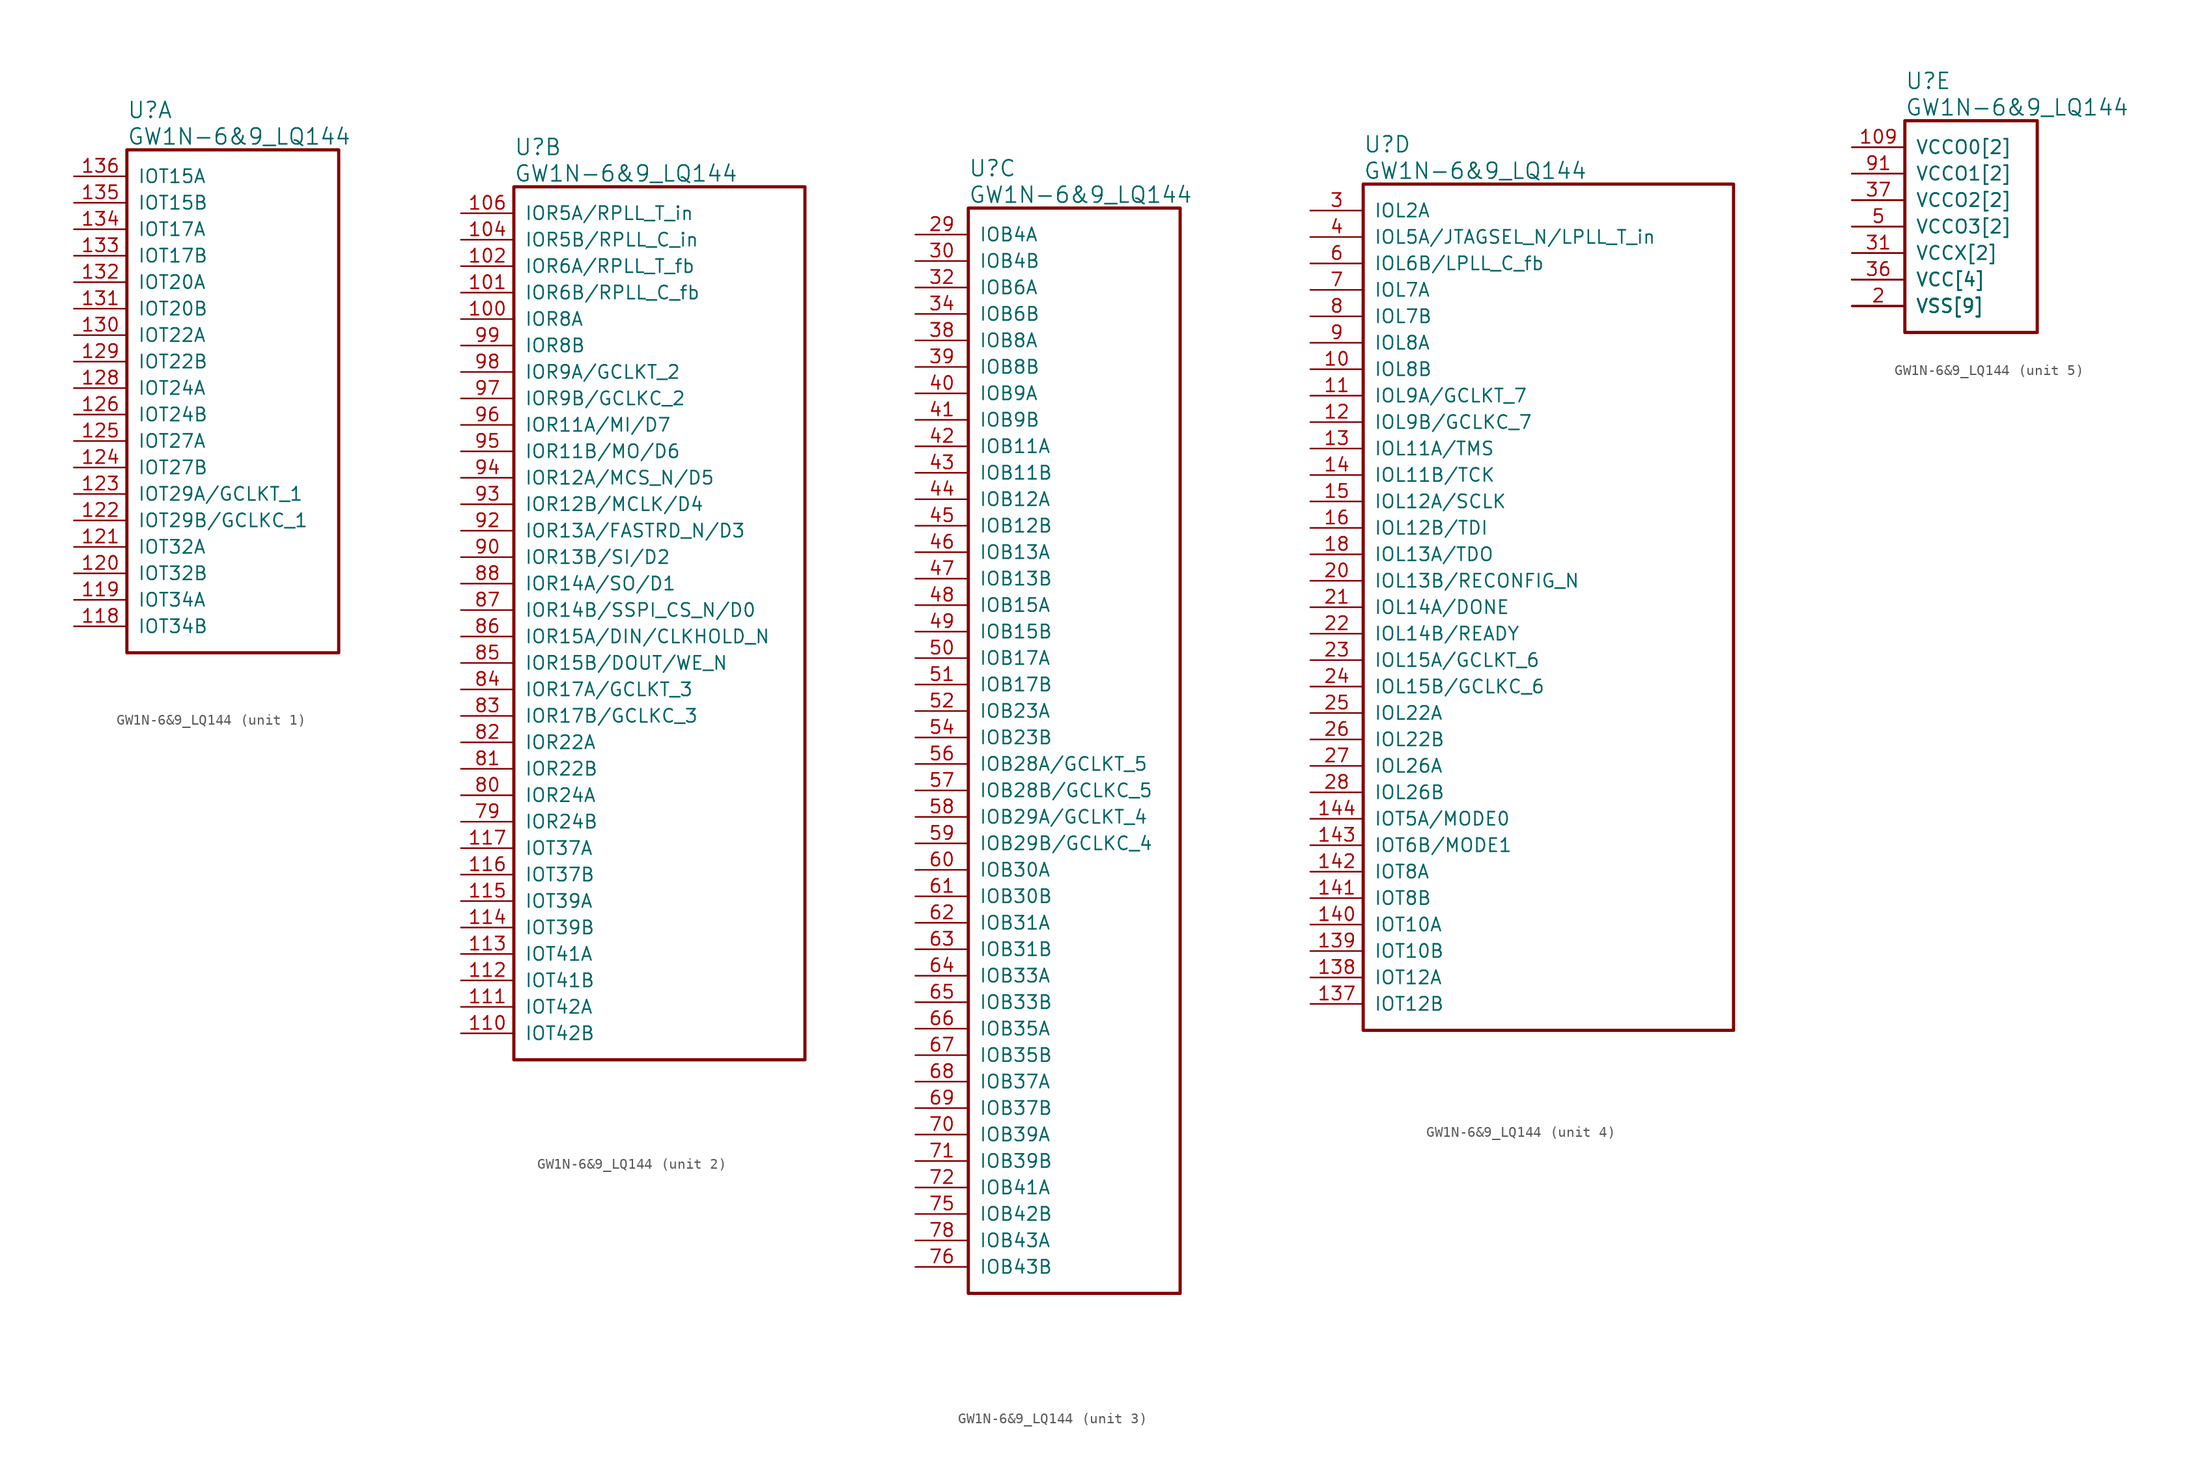
<source format=kicad_sym>
(kicad_symbol_lib
  (version 20241209)
  (generator "kicad_symbol_editor")
  (generator_version "9.0")
  (symbol "GW1N-6&9_LQ144"
    (pin_names
      (offset 1.016))
    (property "Reference" "U"
      (at 5.08 6.35 0)
      (effects (font (size 1.524 1.524)) (justify left)))
    (property "Value" "GW1N-6&9_LQ144"
      (at 5.08 3.81 0)
      (effects (font (size 1.524 1.524)) (justify left)))
    (property "ki_locked" ""
      (at 0 0 0)
      (effects (font (size 1.27 1.27))))
    (symbol "GW1N-6&9_LQ144_1_1"
      (rectangle (start 5.08 2.54) (end 25.4 -45.72) (stroke (width 0.305) (type solid)) (fill (type none)))
      (pin bidirectional line (at 0 0 0) (length 5.08) (name "IOT15A" (effects (font (size 1.27 1.27)))) (number "136" (effects (font (size 1.27 1.27)))))
      (pin bidirectional line (at 0 -2.54 0) (length 5.08) (name "IOT15B" (effects (font (size 1.27 1.27)))) (number "135" (effects (font (size 1.27 1.27)))))
      (pin bidirectional line (at 0 -5.08 0) (length 5.08) (name "IOT17A" (effects (font (size 1.27 1.27)))) (number "134" (effects (font (size 1.27 1.27)))))
      (pin bidirectional line (at 0 -7.62 0) (length 5.08) (name "IOT17B" (effects (font (size 1.27 1.27)))) (number "133" (effects (font (size 1.27 1.27)))))
      (pin bidirectional line (at 0 -10.16 0) (length 5.08) (name "IOT20A" (effects (font (size 1.27 1.27)))) (number "132" (effects (font (size 1.27 1.27)))))
      (pin bidirectional line (at 0 -12.7 0) (length 5.08) (name "IOT20B" (effects (font (size 1.27 1.27)))) (number "131" (effects (font (size 1.27 1.27)))))
      (pin bidirectional line (at 0 -15.24 0) (length 5.08) (name "IOT22A" (effects (font (size 1.27 1.27)))) (number "130" (effects (font (size 1.27 1.27)))))
      (pin bidirectional line (at 0 -17.78 0) (length 5.08) (name "IOT22B" (effects (font (size 1.27 1.27)))) (number "129" (effects (font (size 1.27 1.27)))))
      (pin bidirectional line (at 0 -20.32 0) (length 5.08) (name "IOT24A" (effects (font (size 1.27 1.27)))) (number "128" (effects (font (size 1.27 1.27)))))
      (pin bidirectional line (at 0 -22.86 0) (length 5.08) (name "IOT24B" (effects (font (size 1.27 1.27)))) (number "126" (effects (font (size 1.27 1.27)))))
      (pin bidirectional line (at 0 -25.4 0) (length 5.08) (name "IOT27A" (effects (font (size 1.27 1.27)))) (number "125" (effects (font (size 1.27 1.27)))))
      (pin bidirectional line (at 0 -27.94 0) (length 5.08) (name "IOT27B" (effects (font (size 1.27 1.27)))) (number "124" (effects (font (size 1.27 1.27)))))
      (pin bidirectional line (at 0 -30.48 0) (length 5.08) (name "IOT29A/GCLKT_1" (effects (font (size 1.27 1.27)))) (number "123" (effects (font (size 1.27 1.27)))))
      (pin bidirectional line (at 0 -33.02 0) (length 5.08) (name "IOT29B/GCLKC_1" (effects (font (size 1.27 1.27)))) (number "122" (effects (font (size 1.27 1.27)))))
      (pin bidirectional line (at 0 -35.56 0) (length 5.08) (name "IOT32A" (effects (font (size 1.27 1.27)))) (number "121" (effects (font (size 1.27 1.27)))))
      (pin bidirectional line (at 0 -38.1 0) (length 5.08) (name "IOT32B" (effects (font (size 1.27 1.27)))) (number "120" (effects (font (size 1.27 1.27)))))
      (pin bidirectional line (at 0 -40.64 0) (length 5.08) (name "IOT34A" (effects (font (size 1.27 1.27)))) (number "119" (effects (font (size 1.27 1.27)))))
      (pin bidirectional line (at 0 -43.18 0) (length 5.08) (name "IOT34B" (effects (font (size 1.27 1.27)))) (number "118" (effects (font (size 1.27 1.27))))))
    (symbol "GW1N-6&9_LQ144_2_1"
      (rectangle (start 5.08 2.54) (end 33.02 -81.28) (stroke (width 0.305) (type solid)) (fill (type none)))
      (pin bidirectional line (at 0 0 0) (length 5.08) (name "IOR5A/RPLL_T_in" (effects (font (size 1.27 1.27)))) (number "106" (effects (font (size 1.27 1.27)))))
      (pin bidirectional line (at 0 -2.54 0) (length 5.08) (name "IOR5B/RPLL_C_in" (effects (font (size 1.27 1.27)))) (number "104" (effects (font (size 1.27 1.27)))))
      (pin bidirectional line (at 0 -5.08 0) (length 5.08) (name "IOR6A/RPLL_T_fb" (effects (font (size 1.27 1.27)))) (number "102" (effects (font (size 1.27 1.27)))))
      (pin bidirectional line (at 0 -7.62 0) (length 5.08) (name "IOR6B/RPLL_C_fb" (effects (font (size 1.27 1.27)))) (number "101" (effects (font (size 1.27 1.27)))))
      (pin bidirectional line (at 0 -10.16 0) (length 5.08) (name "IOR8A" (effects (font (size 1.27 1.27)))) (number "100" (effects (font (size 1.27 1.27)))))
      (pin bidirectional line (at 0 -12.7 0) (length 5.08) (name "IOR8B" (effects (font (size 1.27 1.27)))) (number "99" (effects (font (size 1.27 1.27)))))
      (pin bidirectional line (at 0 -15.24 0) (length 5.08) (name "IOR9A/GCLKT_2" (effects (font (size 1.27 1.27)))) (number "98" (effects (font (size 1.27 1.27)))))
      (pin bidirectional line (at 0 -17.78 0) (length 5.08) (name "IOR9B/GCLKC_2" (effects (font (size 1.27 1.27)))) (number "97" (effects (font (size 1.27 1.27)))))
      (pin bidirectional line (at 0 -20.32 0) (length 5.08) (name "IOR11A/MI/D7" (effects (font (size 1.27 1.27)))) (number "96" (effects (font (size 1.27 1.27)))))
      (pin bidirectional line (at 0 -22.86 0) (length 5.08) (name "IOR11B/MO/D6" (effects (font (size 1.27 1.27)))) (number "95" (effects (font (size 1.27 1.27)))))
      (pin bidirectional line (at 0 -25.4 0) (length 5.08) (name "IOR12A/MCS_N/D5" (effects (font (size 1.27 1.27)))) (number "94" (effects (font (size 1.27 1.27)))))
      (pin bidirectional line (at 0 -27.94 0) (length 5.08) (name "IOR12B/MCLK/D4" (effects (font (size 1.27 1.27)))) (number "93" (effects (font (size 1.27 1.27)))))
      (pin bidirectional line (at 0 -30.48 0) (length 5.08) (name "IOR13A/FASTRD_N/D3" (effects (font (size 1.27 1.27)))) (number "92" (effects (font (size 1.27 1.27)))))
      (pin bidirectional line (at 0 -33.02 0) (length 5.08) (name "IOR13B/SI/D2" (effects (font (size 1.27 1.27)))) (number "90" (effects (font (size 1.27 1.27)))))
      (pin bidirectional line (at 0 -35.56 0) (length 5.08) (name "IOR14A/SO/D1" (effects (font (size 1.27 1.27)))) (number "88" (effects (font (size 1.27 1.27)))))
      (pin bidirectional line (at 0 -38.1 0) (length 5.08) (name "IOR14B/SSPI_CS_N/D0" (effects (font (size 1.27 1.27)))) (number "87" (effects (font (size 1.27 1.27)))))
      (pin bidirectional line (at 0 -40.64 0) (length 5.08) (name "IOR15A/DIN/CLKHOLD_N" (effects (font (size 1.27 1.27)))) (number "86" (effects (font (size 1.27 1.27)))))
      (pin bidirectional line (at 0 -43.18 0) (length 5.08) (name "IOR15B/DOUT/WE_N" (effects (font (size 1.27 1.27)))) (number "85" (effects (font (size 1.27 1.27)))))
      (pin bidirectional line (at 0 -45.72 0) (length 5.08) (name "IOR17A/GCLKT_3" (effects (font (size 1.27 1.27)))) (number "84" (effects (font (size 1.27 1.27)))))
      (pin bidirectional line (at 0 -48.26 0) (length 5.08) (name "IOR17B/GCLKC_3" (effects (font (size 1.27 1.27)))) (number "83" (effects (font (size 1.27 1.27)))))
      (pin bidirectional line (at 0 -50.8 0) (length 5.08) (name "IOR22A" (effects (font (size 1.27 1.27)))) (number "82" (effects (font (size 1.27 1.27)))))
      (pin bidirectional line (at 0 -53.34 0) (length 5.08) (name "IOR22B" (effects (font (size 1.27 1.27)))) (number "81" (effects (font (size 1.27 1.27)))))
      (pin bidirectional line (at 0 -55.88 0) (length 5.08) (name "IOR24A" (effects (font (size 1.27 1.27)))) (number "80" (effects (font (size 1.27 1.27)))))
      (pin bidirectional line (at 0 -58.42 0) (length 5.08) (name "IOR24B" (effects (font (size 1.27 1.27)))) (number "79" (effects (font (size 1.27 1.27)))))
      (pin bidirectional line (at 0 -60.96 0) (length 5.08) (name "IOT37A" (effects (font (size 1.27 1.27)))) (number "117" (effects (font (size 1.27 1.27)))))
      (pin bidirectional line (at 0 -63.5 0) (length 5.08) (name "IOT37B" (effects (font (size 1.27 1.27)))) (number "116" (effects (font (size 1.27 1.27)))))
      (pin bidirectional line (at 0 -66.04 0) (length 5.08) (name "IOT39A" (effects (font (size 1.27 1.27)))) (number "115" (effects (font (size 1.27 1.27)))))
      (pin bidirectional line (at 0 -68.58 0) (length 5.08) (name "IOT39B" (effects (font (size 1.27 1.27)))) (number "114" (effects (font (size 1.27 1.27)))))
      (pin bidirectional line (at 0 -71.12 0) (length 5.08) (name "IOT41A" (effects (font (size 1.27 1.27)))) (number "113" (effects (font (size 1.27 1.27)))))
      (pin bidirectional line (at 0 -73.66 0) (length 5.08) (name "IOT41B" (effects (font (size 1.27 1.27)))) (number "112" (effects (font (size 1.27 1.27)))))
      (pin bidirectional line (at 0 -76.2 0) (length 5.08) (name "IOT42A" (effects (font (size 1.27 1.27)))) (number "111" (effects (font (size 1.27 1.27)))))
      (pin bidirectional line (at 0 -78.74 0) (length 5.08) (name "IOT42B" (effects (font (size 1.27 1.27)))) (number "110" (effects (font (size 1.27 1.27))))))
    (symbol "GW1N-6&9_LQ144_3_1"
      (rectangle (start 5.08 2.54) (end 25.4 -101.6) (stroke (width 0.305) (type solid)) (fill (type none)))
      (pin bidirectional line (at 0 0 0) (length 5.08) (name "IOB4A" (effects (font (size 1.27 1.27)))) (number "29" (effects (font (size 1.27 1.27)))))
      (pin bidirectional line (at 0 -2.54 0) (length 5.08) (name "IOB4B" (effects (font (size 1.27 1.27)))) (number "30" (effects (font (size 1.27 1.27)))))
      (pin bidirectional line (at 0 -5.08 0) (length 5.08) (name "IOB6A" (effects (font (size 1.27 1.27)))) (number "32" (effects (font (size 1.27 1.27)))))
      (pin bidirectional line (at 0 -7.62 0) (length 5.08) (name "IOB6B" (effects (font (size 1.27 1.27)))) (number "34" (effects (font (size 1.27 1.27)))))
      (pin bidirectional line (at 0 -10.16 0) (length 5.08) (name "IOB8A" (effects (font (size 1.27 1.27)))) (number "38" (effects (font (size 1.27 1.27)))))
      (pin bidirectional line (at 0 -12.7 0) (length 5.08) (name "IOB8B" (effects (font (size 1.27 1.27)))) (number "39" (effects (font (size 1.27 1.27)))))
      (pin bidirectional line (at 0 -15.24 0) (length 5.08) (name "IOB9A" (effects (font (size 1.27 1.27)))) (number "40" (effects (font (size 1.27 1.27)))))
      (pin bidirectional line (at 0 -17.78 0) (length 5.08) (name "IOB9B" (effects (font (size 1.27 1.27)))) (number "41" (effects (font (size 1.27 1.27)))))
      (pin bidirectional line (at 0 -20.32 0) (length 5.08) (name "IOB11A" (effects (font (size 1.27 1.27)))) (number "42" (effects (font (size 1.27 1.27)))))
      (pin bidirectional line (at 0 -22.86 0) (length 5.08) (name "IOB11B" (effects (font (size 1.27 1.27)))) (number "43" (effects (font (size 1.27 1.27)))))
      (pin bidirectional line (at 0 -25.4 0) (length 5.08) (name "IOB12A" (effects (font (size 1.27 1.27)))) (number "44" (effects (font (size 1.27 1.27)))))
      (pin bidirectional line (at 0 -27.94 0) (length 5.08) (name "IOB12B" (effects (font (size 1.27 1.27)))) (number "45" (effects (font (size 1.27 1.27)))))
      (pin bidirectional line (at 0 -30.48 0) (length 5.08) (name "IOB13A" (effects (font (size 1.27 1.27)))) (number "46" (effects (font (size 1.27 1.27)))))
      (pin bidirectional line (at 0 -33.02 0) (length 5.08) (name "IOB13B" (effects (font (size 1.27 1.27)))) (number "47" (effects (font (size 1.27 1.27)))))
      (pin bidirectional line (at 0 -35.56 0) (length 5.08) (name "IOB15A" (effects (font (size 1.27 1.27)))) (number "48" (effects (font (size 1.27 1.27)))))
      (pin bidirectional line (at 0 -38.1 0) (length 5.08) (name "IOB15B" (effects (font (size 1.27 1.27)))) (number "49" (effects (font (size 1.27 1.27)))))
      (pin bidirectional line (at 0 -40.64 0) (length 5.08) (name "IOB17A" (effects (font (size 1.27 1.27)))) (number "50" (effects (font (size 1.27 1.27)))))
      (pin bidirectional line (at 0 -43.18 0) (length 5.08) (name "IOB17B" (effects (font (size 1.27 1.27)))) (number "51" (effects (font (size 1.27 1.27)))))
      (pin bidirectional line (at 0 -45.72 0) (length 5.08) (name "IOB23A" (effects (font (size 1.27 1.27)))) (number "52" (effects (font (size 1.27 1.27)))))
      (pin bidirectional line (at 0 -48.26 0) (length 5.08) (name "IOB23B" (effects (font (size 1.27 1.27)))) (number "54" (effects (font (size 1.27 1.27)))))
      (pin bidirectional line (at 0 -50.8 0) (length 5.08) (name "IOB28A/GCLKT_5" (effects (font (size 1.27 1.27)))) (number "56" (effects (font (size 1.27 1.27)))))
      (pin bidirectional line (at 0 -53.34 0) (length 5.08) (name "IOB28B/GCLKC_5" (effects (font (size 1.27 1.27)))) (number "57" (effects (font (size 1.27 1.27)))))
      (pin bidirectional line (at 0 -55.88 0) (length 5.08) (name "IOB29A/GCLKT_4" (effects (font (size 1.27 1.27)))) (number "58" (effects (font (size 1.27 1.27)))))
      (pin bidirectional line (at 0 -58.42 0) (length 5.08) (name "IOB29B/GCLKC_4" (effects (font (size 1.27 1.27)))) (number "59" (effects (font (size 1.27 1.27)))))
      (pin bidirectional line (at 0 -60.96 0) (length 5.08) (name "IOB30A" (effects (font (size 1.27 1.27)))) (number "60" (effects (font (size 1.27 1.27)))))
      (pin bidirectional line (at 0 -63.5 0) (length 5.08) (name "IOB30B" (effects (font (size 1.27 1.27)))) (number "61" (effects (font (size 1.27 1.27)))))
      (pin bidirectional line (at 0 -66.04 0) (length 5.08) (name "IOB31A" (effects (font (size 1.27 1.27)))) (number "62" (effects (font (size 1.27 1.27)))))
      (pin bidirectional line (at 0 -68.58 0) (length 5.08) (name "IOB31B" (effects (font (size 1.27 1.27)))) (number "63" (effects (font (size 1.27 1.27)))))
      (pin bidirectional line (at 0 -71.12 0) (length 5.08) (name "IOB33A" (effects (font (size 1.27 1.27)))) (number "64" (effects (font (size 1.27 1.27)))))
      (pin bidirectional line (at 0 -73.66 0) (length 5.08) (name "IOB33B" (effects (font (size 1.27 1.27)))) (number "65" (effects (font (size 1.27 1.27)))))
      (pin bidirectional line (at 0 -76.2 0) (length 5.08) (name "IOB35A" (effects (font (size 1.27 1.27)))) (number "66" (effects (font (size 1.27 1.27)))))
      (pin bidirectional line (at 0 -78.74 0) (length 5.08) (name "IOB35B" (effects (font (size 1.27 1.27)))) (number "67" (effects (font (size 1.27 1.27)))))
      (pin bidirectional line (at 0 -81.28 0) (length 5.08) (name "IOB37A" (effects (font (size 1.27 1.27)))) (number "68" (effects (font (size 1.27 1.27)))))
      (pin bidirectional line (at 0 -83.82 0) (length 5.08) (name "IOB37B" (effects (font (size 1.27 1.27)))) (number "69" (effects (font (size 1.27 1.27)))))
      (pin bidirectional line (at 0 -86.36 0) (length 5.08) (name "IOB39A" (effects (font (size 1.27 1.27)))) (number "70" (effects (font (size 1.27 1.27)))))
      (pin bidirectional line (at 0 -88.9 0) (length 5.08) (name "IOB39B" (effects (font (size 1.27 1.27)))) (number "71" (effects (font (size 1.27 1.27)))))
      (pin bidirectional line (at 0 -91.44 0) (length 5.08) (name "IOB41A" (effects (font (size 1.27 1.27)))) (number "72" (effects (font (size 1.27 1.27)))))
      (pin bidirectional line (at 0 -93.98 0) (length 5.08) (name "IOB42B" (effects (font (size 1.27 1.27)))) (number "75" (effects (font (size 1.27 1.27)))))
      (pin bidirectional line (at 0 -96.52 0) (length 5.08) (name "IOB43A" (effects (font (size 1.27 1.27)))) (number "78" (effects (font (size 1.27 1.27)))))
      (pin bidirectional line (at 0 -99.06 0) (length 5.08) (name "IOB43B" (effects (font (size 1.27 1.27)))) (number "76" (effects (font (size 1.27 1.27))))))
    (symbol "GW1N-6&9_LQ144_4_1"
      (rectangle (start 5.08 2.54) (end 40.64 -78.74) (stroke (width 0.305) (type solid)) (fill (type none)))
      (pin bidirectional line (at 0 0 0) (length 5.08) (name "IOL2A" (effects (font (size 1.27 1.27)))) (number "3" (effects (font (size 1.27 1.27)))))
      (pin bidirectional line (at 0 -2.54 0) (length 5.08) (name "IOL5A/JTAGSEL_N/LPLL_T_in" (effects (font (size 1.27 1.27)))) (number "4" (effects (font (size 1.27 1.27)))))
      (pin bidirectional line (at 0 -5.08 0) (length 5.08) (name "IOL6B/LPLL_C_fb" (effects (font (size 1.27 1.27)))) (number "6" (effects (font (size 1.27 1.27)))))
      (pin bidirectional line (at 0 -7.62 0) (length 5.08) (name "IOL7A" (effects (font (size 1.27 1.27)))) (number "7" (effects (font (size 1.27 1.27)))))
      (pin bidirectional line (at 0 -10.16 0) (length 5.08) (name "IOL7B" (effects (font (size 1.27 1.27)))) (number "8" (effects (font (size 1.27 1.27)))))
      (pin bidirectional line (at 0 -12.7 0) (length 5.08) (name "IOL8A" (effects (font (size 1.27 1.27)))) (number "9" (effects (font (size 1.27 1.27)))))
      (pin bidirectional line (at 0 -15.24 0) (length 5.08) (name "IOL8B" (effects (font (size 1.27 1.27)))) (number "10" (effects (font (size 1.27 1.27)))))
      (pin bidirectional line (at 0 -17.78 0) (length 5.08) (name "IOL9A/GCLKT_7" (effects (font (size 1.27 1.27)))) (number "11" (effects (font (size 1.27 1.27)))))
      (pin bidirectional line (at 0 -20.32 0) (length 5.08) (name "IOL9B/GCLKC_7" (effects (font (size 1.27 1.27)))) (number "12" (effects (font (size 1.27 1.27)))))
      (pin bidirectional line (at 0 -22.86 0) (length 5.08) (name "IOL11A/TMS" (effects (font (size 1.27 1.27)))) (number "13" (effects (font (size 1.27 1.27)))))
      (pin bidirectional line (at 0 -25.4 0) (length 5.08) (name "IOL11B/TCK" (effects (font (size 1.27 1.27)))) (number "14" (effects (font (size 1.27 1.27)))))
      (pin bidirectional line (at 0 -27.94 0) (length 5.08) (name "IOL12A/SCLK" (effects (font (size 1.27 1.27)))) (number "15" (effects (font (size 1.27 1.27)))))
      (pin bidirectional line (at 0 -30.48 0) (length 5.08) (name "IOL12B/TDI" (effects (font (size 1.27 1.27)))) (number "16" (effects (font (size 1.27 1.27)))))
      (pin bidirectional line (at 0 -33.02 0) (length 5.08) (name "IOL13A/TDO" (effects (font (size 1.27 1.27)))) (number "18" (effects (font (size 1.27 1.27)))))
      (pin bidirectional line (at 0 -35.56 0) (length 5.08) (name "IOL13B/RECONFIG_N" (effects (font (size 1.27 1.27)))) (number "20" (effects (font (size 1.27 1.27)))))
      (pin bidirectional line (at 0 -38.1 0) (length 5.08) (name "IOL14A/DONE" (effects (font (size 1.27 1.27)))) (number "21" (effects (font (size 1.27 1.27)))))
      (pin bidirectional line (at 0 -40.64 0) (length 5.08) (name "IOL14B/READY" (effects (font (size 1.27 1.27)))) (number "22" (effects (font (size 1.27 1.27)))))
      (pin bidirectional line (at 0 -43.18 0) (length 5.08) (name "IOL15A/GCLKT_6" (effects (font (size 1.27 1.27)))) (number "23" (effects (font (size 1.27 1.27)))))
      (pin bidirectional line (at 0 -45.72 0) (length 5.08) (name "IOL15B/GCLKC_6" (effects (font (size 1.27 1.27)))) (number "24" (effects (font (size 1.27 1.27)))))
      (pin bidirectional line (at 0 -48.26 0) (length 5.08) (name "IOL22A" (effects (font (size 1.27 1.27)))) (number "25" (effects (font (size 1.27 1.27)))))
      (pin bidirectional line (at 0 -50.8 0) (length 5.08) (name "IOL22B" (effects (font (size 1.27 1.27)))) (number "26" (effects (font (size 1.27 1.27)))))
      (pin bidirectional line (at 0 -53.34 0) (length 5.08) (name "IOL26A" (effects (font (size 1.27 1.27)))) (number "27" (effects (font (size 1.27 1.27)))))
      (pin bidirectional line (at 0 -55.88 0) (length 5.08) (name "IOL26B" (effects (font (size 1.27 1.27)))) (number "28" (effects (font (size 1.27 1.27)))))
      (pin bidirectional line (at 0 -58.42 0) (length 5.08) (name "IOT5A/MODE0" (effects (font (size 1.27 1.27)))) (number "144" (effects (font (size 1.27 1.27)))))
      (pin bidirectional line (at 0 -60.96 0) (length 5.08) (name "IOT6B/MODE1" (effects (font (size 1.27 1.27)))) (number "143" (effects (font (size 1.27 1.27)))))
      (pin bidirectional line (at 0 -63.5 0) (length 5.08) (name "IOT8A" (effects (font (size 1.27 1.27)))) (number "142" (effects (font (size 1.27 1.27)))))
      (pin bidirectional line (at 0 -66.04 0) (length 5.08) (name "IOT8B" (effects (font (size 1.27 1.27)))) (number "141" (effects (font (size 1.27 1.27)))))
      (pin bidirectional line (at 0 -68.58 0) (length 5.08) (name "IOT10A" (effects (font (size 1.27 1.27)))) (number "140" (effects (font (size 1.27 1.27)))))
      (pin bidirectional line (at 0 -71.12 0) (length 5.08) (name "IOT10B" (effects (font (size 1.27 1.27)))) (number "139" (effects (font (size 1.27 1.27)))))
      (pin bidirectional line (at 0 -73.66 0) (length 5.08) (name "IOT12A" (effects (font (size 1.27 1.27)))) (number "138" (effects (font (size 1.27 1.27)))))
      (pin bidirectional line (at 0 -76.2 0) (length 5.08) (name "IOT12B" (effects (font (size 1.27 1.27)))) (number "137" (effects (font (size 1.27 1.27))))))
    (symbol "GW1N-6&9_LQ144_5_1"
      (rectangle (start 5.08 2.54) (end 17.78 -17.78) (stroke (width 0.305) (type solid)) (fill (type none)))
      (pin power_in line (at 0 0 0) (length 5.08) (name "VCCO0[2]" (effects (font (size 1.27 1.27)))) (number "109" (effects (font (size 1.27 1.27)))))
      (pin power_in line (at 0 0 0) (length 5.08) (name "VCCO0[2]" (effects (font (size 1.27 1.27)))) (number "127" (effects (font (size 0 0)))))
      (pin power_in line (at 0 -2.54 0) (length 5.08) (name "VCCO1[2]" (effects (font (size 1.27 1.27)))) (number "103" (effects (font (size 0 0)))))
      (pin power_in line (at 0 -2.54 0) (length 5.08) (name "VCCO1[2]" (effects (font (size 1.27 1.27)))) (number "91" (effects (font (size 1.27 1.27)))))
      (pin power_in line (at 0 -5.08 0) (length 5.08) (name "VCCO2[2]" (effects (font (size 1.27 1.27)))) (number "37" (effects (font (size 1.27 1.27)))))
      (pin power_in line (at 0 -5.08 0) (length 5.08) (name "VCCO2[2]" (effects (font (size 1.27 1.27)))) (number "55" (effects (font (size 0 0)))))
      (pin power_in line (at 0 -7.62 0) (length 5.08) (name "VCCO3[2]" (effects (font (size 1.27 1.27)))) (number "19" (effects (font (size 0 0)))))
      (pin power_in line (at 0 -7.62 0) (length 5.08) (name "VCCO3[2]" (effects (font (size 1.27 1.27)))) (number "5" (effects (font (size 1.27 1.27)))))
      (pin power_in line (at 0 -10.16 0) (length 5.08) (name "VCCX[2]" (effects (font (size 1.27 1.27)))) (number "31" (effects (font (size 1.27 1.27)))))
      (pin power_in line (at 0 -10.16 0) (length 5.08) (name "VCCX[2]" (effects (font (size 1.27 1.27)))) (number "77" (effects (font (size 0 0)))))
      (pin power_in line (at 0 -12.7 0) (length 5.08) (name "VCC[4]" (effects (font (size 1.27 1.27)))) (number "1" (effects (font (size 0 0)))))
      (pin power_in line (at 0 -12.7 0) (length 5.08) (name "VCC[4]" (effects (font (size 1.27 1.27)))) (number "108" (effects (font (size 0 0)))))
      (pin power_in line (at 0 -12.7 0) (length 5.08) (name "VCC[4]" (effects (font (size 1.27 1.27)))) (number "36" (effects (font (size 1.27 1.27)))))
      (pin power_in line (at 0 -12.7 0) (length 5.08) (name "VCC[4]" (effects (font (size 1.27 1.27)))) (number "73" (effects (font (size 0 0)))))
      (pin power_in line (at 0 -15.24 0) (length 5.08) (name "VSS[9]" (effects (font (size 1.27 1.27)))) (number "105" (effects (font (size 0 0)))))
      (pin power_in line (at 0 -15.24 0) (length 5.08) (name "VSS[9]" (effects (font (size 1.27 1.27)))) (number "107" (effects (font (size 0 0)))))
      (pin power_in line (at 0 -15.24 0) (length 5.08) (name "VSS[9]" (effects (font (size 1.27 1.27)))) (number "17" (effects (font (size 0 0)))))
      (pin power_in line (at 0 -15.24 0) (length 5.08) (name "VSS[9]" (effects (font (size 1.27 1.27)))) (number "2" (effects (font (size 1.27 1.27)))))
      (pin power_in line (at 0 -15.24 0) (length 5.08) (name "VSS[9]" (effects (font (size 1.27 1.27)))) (number "33" (effects (font (size 0 0)))))
      (pin power_in line (at 0 -15.24 0) (length 5.08) (name "VSS[9]" (effects (font (size 1.27 1.27)))) (number "35" (effects (font (size 0 0)))))
      (pin power_in line (at 0 -15.24 0) (length 5.08) (name "VSS[9]" (effects (font (size 1.27 1.27)))) (number "53" (effects (font (size 0 0)))))
      (pin power_in line (at 0 -15.24 0) (length 5.08) (name "VSS[9]" (effects (font (size 1.27 1.27)))) (number "74" (effects (font (size 0 0)))))
      (pin power_in line (at 0 -15.24 0) (length 5.08) (name "VSS[9]" (effects (font (size 1.27 1.27)))) (number "89" (effects (font (size 0 0))))))))
</source>
